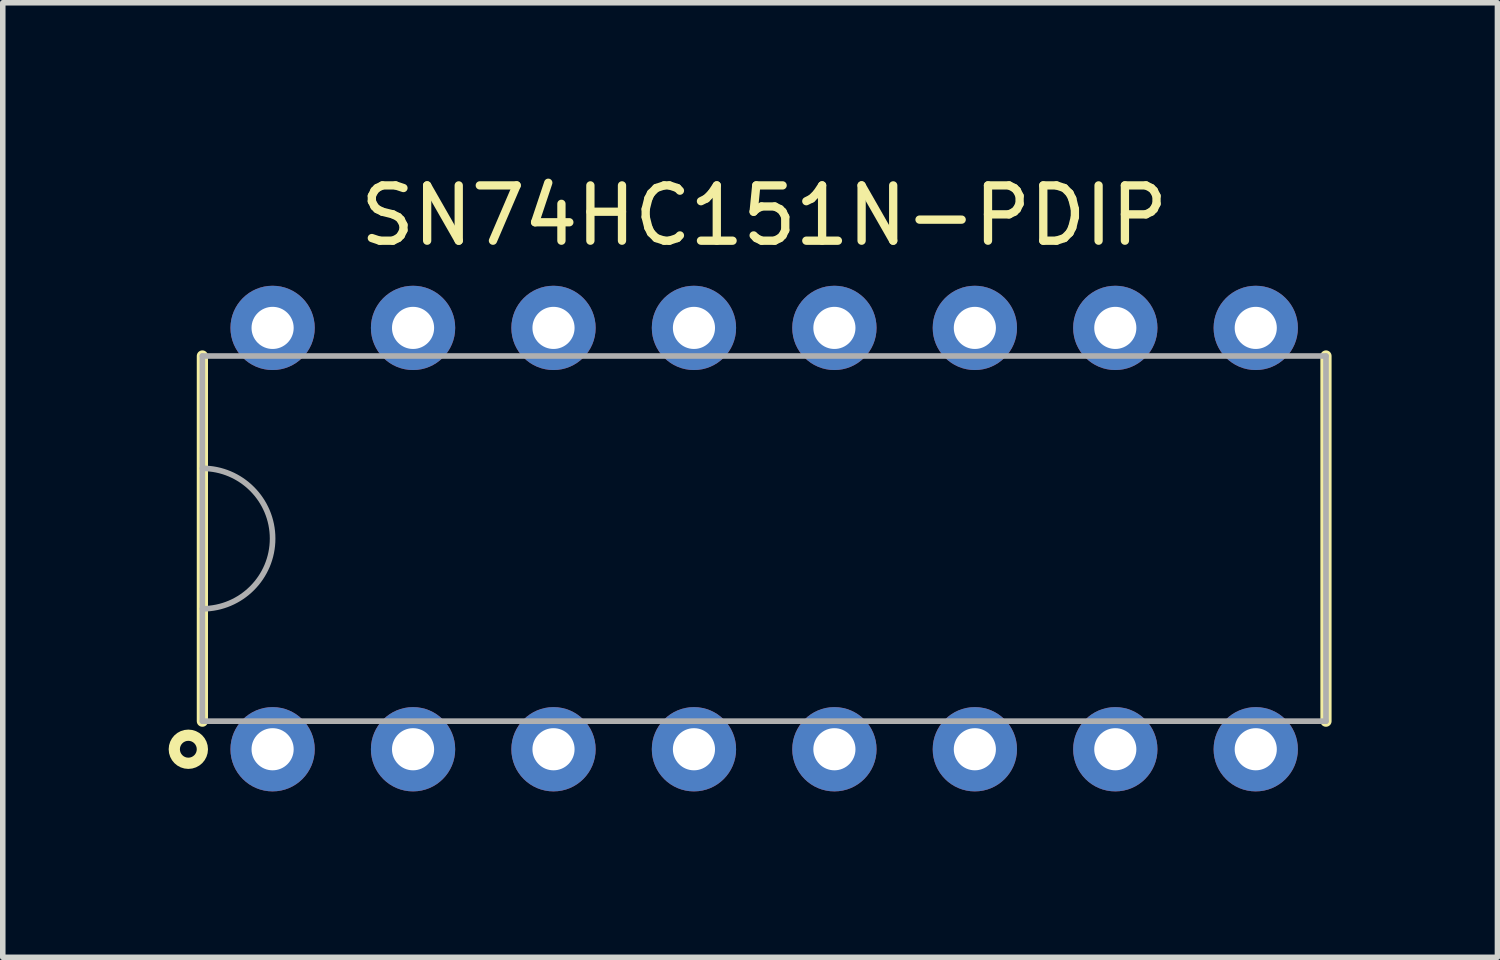
<source format=kicad_pcb>
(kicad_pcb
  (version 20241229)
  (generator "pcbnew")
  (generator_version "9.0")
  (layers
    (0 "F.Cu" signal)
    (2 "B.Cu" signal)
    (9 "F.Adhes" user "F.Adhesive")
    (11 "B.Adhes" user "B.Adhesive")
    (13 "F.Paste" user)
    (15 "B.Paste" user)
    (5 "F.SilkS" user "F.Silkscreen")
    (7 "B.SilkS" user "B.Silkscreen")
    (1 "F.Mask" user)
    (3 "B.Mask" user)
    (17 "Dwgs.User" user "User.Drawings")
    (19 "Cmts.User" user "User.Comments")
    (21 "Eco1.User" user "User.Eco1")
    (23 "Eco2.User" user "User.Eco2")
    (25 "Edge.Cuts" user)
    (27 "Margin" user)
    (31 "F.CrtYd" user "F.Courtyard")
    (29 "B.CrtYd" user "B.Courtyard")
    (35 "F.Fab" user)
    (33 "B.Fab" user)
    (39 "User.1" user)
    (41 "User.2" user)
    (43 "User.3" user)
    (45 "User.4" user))
  (footprint "SN74HC151N-PDIP"
    (layer "F.Cu")
    (at 10.77 6.69)
    (property "Reference" "SN74HC151N-PDIP" (at 0 -5.842 0) (layer "F.SilkS") (effects (font (size 1 1) (thickness 0.15))))
    (attr through_hole)
    (fp_line (start -10.16 3.302) (end -10.16 -3.302) (stroke (width 0.203) (type solid)) (layer "F.SilkS"))
    (fp_line (start 10.16 3.302) (end 10.16 -3.302) (stroke (width 0.203) (type solid)) (layer "F.SilkS"))
    (fp_circle (center -10.414 3.81) (end -10.16 3.81) (stroke (width 0.203) (type solid)) (fill no) (layer "F.SilkS"))
    (fp_line (start -10.16 3.302) (end -10.16 -3.302) (stroke (width 0.102) (type solid)) (layer "F.Fab"))
    (fp_line (start 10.16 -3.302) (end -10.16 -3.302) (stroke (width 0.102) (type solid)) (layer "F.Fab"))
    (fp_line (start 10.16 3.302) (end -10.16 3.302) (stroke (width 0.102) (type solid)) (layer "F.Fab"))
    (fp_line (start 10.16 3.302) (end 10.16 -3.302) (stroke (width 0.102) (type solid)) (layer "F.Fab"))
    (fp_arc (start -10.16 -1.27) (mid -8.89 0) (end -10.16 1.27) (stroke (width 0.1016) (type solid)) (layer "F.Fab"))
    (pad "1" thru_hole circle (at -8.89 3.81) (size 1.524 1.524) (drill 0.762) (layers "*.Cu" "*.Mask"))
    (pad "2" thru_hole circle (at -6.35 3.81) (size 1.524 1.524) (drill 0.762) (layers "*.Cu" "*.Mask"))
    (pad "3" thru_hole circle (at -3.81 3.81) (size 1.524 1.524) (drill 0.762) (layers "*.Cu" "*.Mask"))
    (pad "4" thru_hole circle (at -1.27 3.81) (size 1.524 1.524) (drill 0.762) (layers "*.Cu" "*.Mask"))
    (pad "5" thru_hole circle (at 1.27 3.81) (size 1.524 1.524) (drill 0.762) (layers "*.Cu" "*.Mask"))
    (pad "6" thru_hole circle (at 3.81 3.81) (size 1.524 1.524) (drill 0.762) (layers "*.Cu" "*.Mask"))
    (pad "7" thru_hole circle (at 6.35 3.81) (size 1.524 1.524) (drill 0.762) (layers "*.Cu" "*.Mask"))
    (pad "8" thru_hole circle (at 8.89 3.81) (size 1.524 1.524) (drill 0.762) (layers "*.Cu" "*.Mask"))
    (pad "9" thru_hole circle (at 8.89 -3.81) (size 1.524 1.524) (drill 0.762) (layers "*.Cu" "*.Mask"))
    (pad "10" thru_hole circle (at 6.35 -3.81) (size 1.524 1.524) (drill 0.762) (layers "*.Cu" "*.Mask"))
    (pad "11" thru_hole circle (at 3.81 -3.81) (size 1.524 1.524) (drill 0.762) (layers "*.Cu" "*.Mask"))
    (pad "12" thru_hole circle (at 1.27 -3.81) (size 1.524 1.524) (drill 0.762) (layers "*.Cu" "*.Mask"))
    (pad "13" thru_hole circle (at -1.27 -3.81) (size 1.524 1.524) (drill 0.762) (layers "*.Cu" "*.Mask"))
    (pad "14" thru_hole circle (at -3.81 -3.81) (size 1.524 1.524) (drill 0.762) (layers "*.Cu" "*.Mask"))
    (pad "15" thru_hole circle (at -6.35 -3.81) (size 1.524 1.524) (drill 0.762) (layers "*.Cu" "*.Mask"))
    (pad "16" thru_hole circle (at -8.89 -3.81) (size 1.524 1.524) (drill 0.762) (layers "*.Cu" "*.Mask")))
  (gr_rect
    (start -3 -3)
    (end 24.031 14.262)
    (stroke (width 0.1) (type default))
    (fill no)
    (layer "Edge.Cuts")))
</source>
